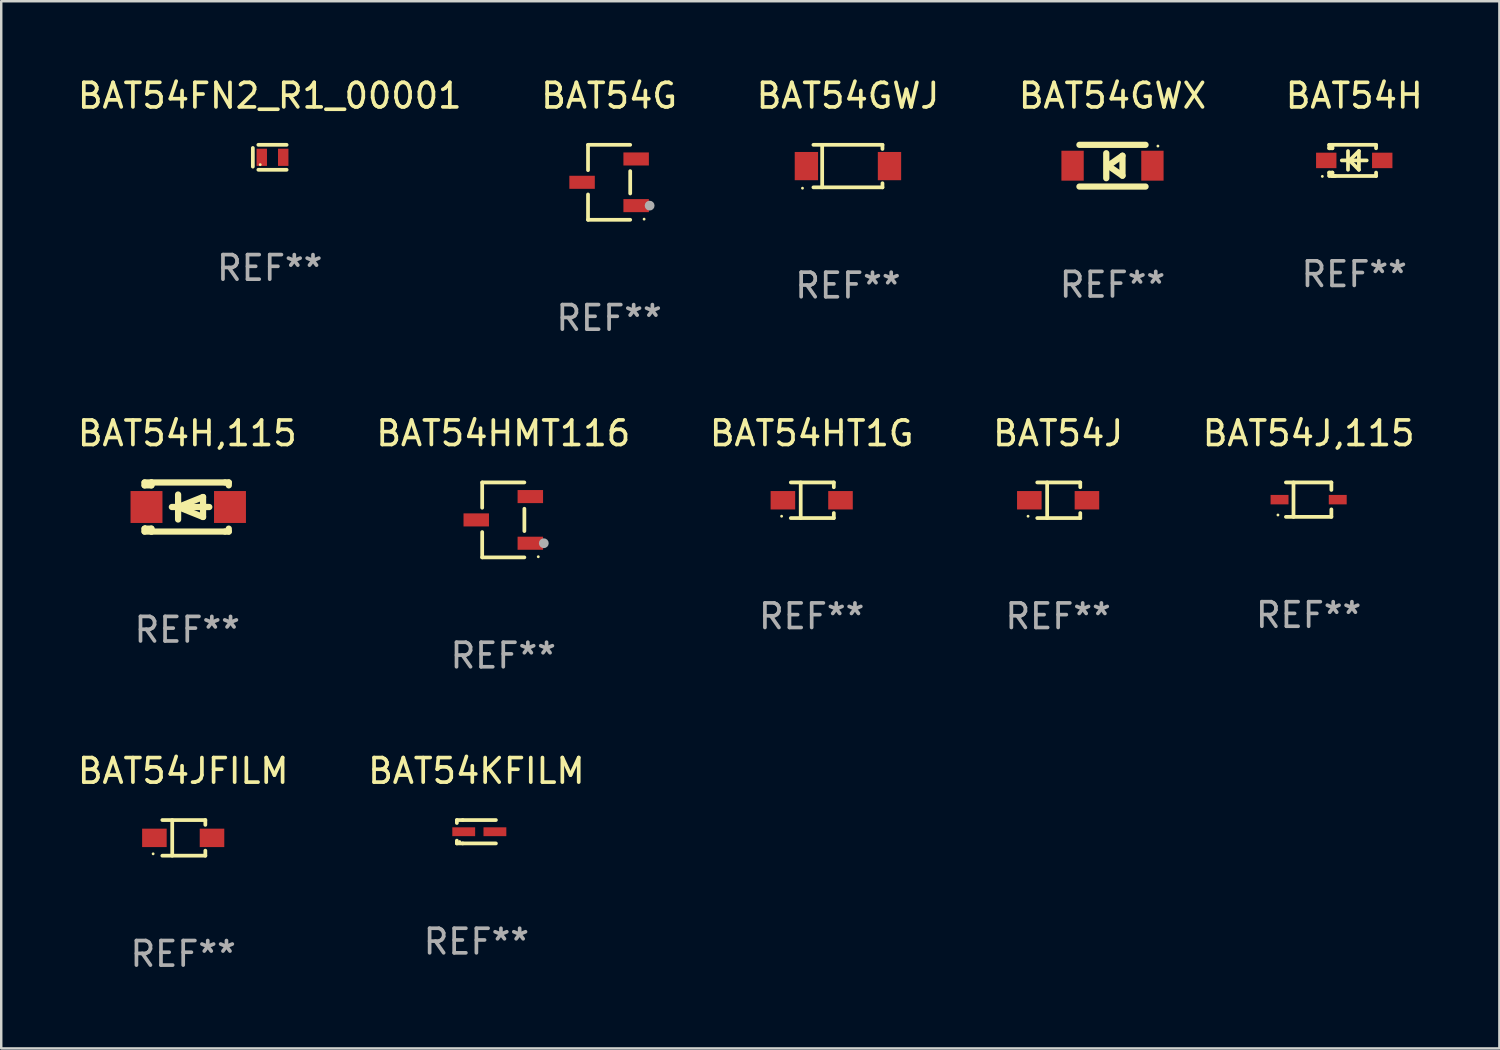
<source format=kicad_pcb>
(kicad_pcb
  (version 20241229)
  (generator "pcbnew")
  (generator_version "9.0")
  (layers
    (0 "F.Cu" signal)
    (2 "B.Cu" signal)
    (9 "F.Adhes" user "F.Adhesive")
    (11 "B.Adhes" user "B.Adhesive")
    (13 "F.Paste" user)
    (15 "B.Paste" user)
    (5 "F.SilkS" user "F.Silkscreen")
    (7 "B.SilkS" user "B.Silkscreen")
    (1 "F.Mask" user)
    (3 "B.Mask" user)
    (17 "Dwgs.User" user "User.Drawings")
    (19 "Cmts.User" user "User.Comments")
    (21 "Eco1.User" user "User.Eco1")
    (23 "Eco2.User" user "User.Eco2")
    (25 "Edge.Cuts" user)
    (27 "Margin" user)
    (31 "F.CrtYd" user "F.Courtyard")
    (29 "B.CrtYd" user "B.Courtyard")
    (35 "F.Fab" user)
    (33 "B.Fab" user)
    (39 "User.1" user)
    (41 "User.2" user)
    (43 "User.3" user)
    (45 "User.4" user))
  (footprint "BAT54HMT116"
    (layer "F.Cu")
    (at 17.446 18.123)
    (property "Reference" "BAT54HMT116" (at 0 -3.526 0) (layer "F.SilkS") (effects (font (size 1 1) (thickness 0.15))))
    (attr through_hole)
    (fp_line (start -0.859 -1.526) (end -0.859 -0.495) (stroke (width 0.152) (type solid)) (layer "F.SilkS"))
    (fp_line (start -0.859 1.526) (end -0.859 0.495) (stroke (width 0.152) (type solid)) (layer "F.SilkS"))
    (fp_line (start 0.859 -1.526) (end -0.859 -1.526) (stroke (width 0.152) (type solid)) (layer "F.SilkS"))
    (fp_line (start 0.859 -0.455) (end 0.859 0.455) (stroke (width 0.152) (type solid)) (layer "F.SilkS"))
    (fp_line (start 0.859 1.526) (end -0.859 1.526) (stroke (width 0.152) (type solid)) (layer "F.SilkS"))
    (fp_circle (center 1.425 1.5) (end 1.455 1.5) (stroke (width 0.06) (type solid)) (fill no) (layer "F.SilkS"))
    (fp_circle (center 1.65 0.95) (end 1.75 0.95) (stroke (width 0.2) (type solid)) (fill no) (layer "F.Fab"))
    (fp_text user "REF**" (at 0 5.526 0) (layer "F.Fab") (effects (font (size 1 1) (thickness 0.15))))
    (pad "1" smd rect (at 1.101 0.95) (size 1.037 0.532) (layers "F.Cu" "F.Mask" "F.Paste"))
    (pad "2" smd rect (at 1.101 -0.95) (size 1.037 0.532) (layers "F.Cu" "F.Mask" "F.Paste"))
    (pad "3" smd rect (at -1.101 0) (size 1.037 0.532) (layers "F.Cu" "F.Mask" "F.Paste")))
  (footprint "BAT54J,115"
    (layer "F.Cu")
    (at 50.244 17.298)
    (property "Reference" "BAT54J,115" (at 0 -2.701 0) (layer "F.SilkS") (effects (font (size 1 1) (thickness 0.15))))
    (attr through_hole)
    (fp_line (start -0.926 -0.701) (end 0.926 -0.701) (stroke (width 0.152) (type solid)) (layer "F.SilkS"))
    (fp_line (start -0.926 0.701) (end 0.926 0.701) (stroke (width 0.152) (type solid)) (layer "F.SilkS"))
    (fp_line (start -0.617 -0.701) (end -0.617 0.701) (stroke (width 0.152) (type solid)) (layer "F.SilkS"))
    (fp_line (start 0.926 -0.701) (end 0.926 -0.396) (stroke (width 0.152) (type solid)) (layer "F.SilkS"))
    (fp_line (start 0.926 0.701) (end 0.926 0.396) (stroke (width 0.152) (type solid)) (layer "F.SilkS"))
    (fp_circle (center -1.25 0.625) (end -1.22 0.625) (stroke (width 0.06) (type solid)) (fill no) (layer "F.SilkS"))
    (fp_text user "REF**" (at 0 4.701 0) (layer "F.Fab") (effects (font (size 1 1) (thickness 0.15))))
    (pad "1" smd rect (at -1.185 0 180) (size 0.73 0.385) (layers "F.Cu" "F.Mask" "F.Paste"))
    (pad "2" smd rect (at 1.185 0 180) (size 0.73 0.385) (layers "F.Cu" "F.Mask" "F.Paste")))
  (footprint "BAT54JFILM"
    (layer "F.Cu")
    (at 4.411 31.072)
    (property "Reference" "BAT54JFILM" (at 0 -2.726 0) (layer "F.SilkS") (effects (font (size 1 1) (thickness 0.15))))
    (attr through_hole)
    (fp_line (start -0.851 -0.726) (end 0.901 -0.726) (stroke (width 0.152) (type solid)) (layer "F.SilkS"))
    (fp_line (start -0.851 0.726) (end 0.901 0.726) (stroke (width 0.152) (type solid)) (layer "F.SilkS"))
    (fp_line (start -0.447 -0.726) (end -0.447 0.726) (stroke (width 0.152) (type solid)) (layer "F.SilkS"))
    (fp_line (start 0.901 -0.726) (end 0.901 -0.53) (stroke (width 0.152) (type solid)) (layer "F.SilkS"))
    (fp_line (start 0.901 0.726) (end 0.901 0.52) (stroke (width 0.152) (type solid)) (layer "F.SilkS"))
    (fp_circle (center -1.225 0.65) (end -1.195 0.65) (stroke (width 0.06) (type solid)) (fill no) (layer "F.SilkS"))
    (fp_text user "REF**" (at 0 4.726 0) (layer "F.Fab") (effects (font (size 1 1) (thickness 0.15))))
    (pad "1" smd rect (at -1.173 0) (size 1 0.75) (layers "F.Cu" "F.Mask" "F.Paste"))
    (pad "2" smd rect (at 1.173 0) (size 1 0.75) (layers "F.Cu" "F.Mask" "F.Paste")))
  (footprint "BAT54J"
    (layer "F.Cu")
    (at 40.042 17.323)
    (property "Reference" "BAT54J" (at 0 -2.726 0) (layer "F.SilkS") (effects (font (size 1 1) (thickness 0.15))))
    (attr through_hole)
    (fp_line (start -0.851 -0.726) (end 0.901 -0.726) (stroke (width 0.152) (type solid)) (layer "F.SilkS"))
    (fp_line (start -0.851 0.726) (end 0.901 0.726) (stroke (width 0.152) (type solid)) (layer "F.SilkS"))
    (fp_line (start -0.447 -0.726) (end -0.447 0.726) (stroke (width 0.152) (type solid)) (layer "F.SilkS"))
    (fp_line (start 0.901 -0.726) (end 0.901 -0.53) (stroke (width 0.152) (type solid)) (layer "F.SilkS"))
    (fp_line (start 0.901 0.726) (end 0.901 0.52) (stroke (width 0.152) (type solid)) (layer "F.SilkS"))
    (fp_circle (center -1.225 0.65) (end -1.195 0.65) (stroke (width 0.06) (type solid)) (fill no) (layer "F.SilkS"))
    (fp_text user "REF**" (at 0 4.726 0) (layer "F.Fab") (effects (font (size 1 1) (thickness 0.15))))
    (pad "1" smd rect (at -1.173 0) (size 1 0.75) (layers "F.Cu" "F.Mask" "F.Paste"))
    (pad "2" smd rect (at 1.173 0) (size 1 0.75) (layers "F.Cu" "F.Mask" "F.Paste")))
  (footprint "BAT54H"
    (layer "F.Cu")
    (at 52.101 3.483)
    (property "Reference" "BAT54H" (at 0 -2.635 0) (layer "F.SilkS") (effects (font (size 1 1) (thickness 0.15))))
    (attr through_hole)
    (fp_line (start -1.02 -0.635) (end -1.02 -0.495) (stroke (width 0.152) (type solid)) (layer "F.SilkS"))
    (fp_line (start -1.02 -0.495) (end -0.889 -0.495) (stroke (width 0.152) (type solid)) (layer "F.SilkS"))
    (fp_line (start -1.02 0.495) (end -1.02 0.62) (stroke (width 0.152) (type solid)) (layer "F.SilkS"))
    (fp_line (start -1.02 0.495) (end -0.889 0.495) (stroke (width 0.152) (type solid)) (layer "F.SilkS"))
    (fp_line (start -0.889 -0.635) (end -1.02 -0.635) (stroke (width 0.152) (type solid)) (layer "F.SilkS"))
    (fp_line (start -0.889 -0.635) (end -0.889 -0.595) (stroke (width 0.152) (type solid)) (layer "F.SilkS"))
    (fp_line (start -0.889 -0.635) (end 0.889 -0.635) (stroke (width 0.152) (type solid)) (layer "F.SilkS"))
    (fp_line (start -0.889 -0.495) (end -0.889 -0.635) (stroke (width 0.152) (type solid)) (layer "F.SilkS"))
    (fp_line (start -0.889 0.595) (end -0.889 0.495) (stroke (width 0.152) (type solid)) (layer "F.SilkS"))
    (fp_line (start -0.889 0.595) (end -0.889 0.635) (stroke (width 0.152) (type solid)) (layer "F.SilkS"))
    (fp_line (start -0.889 0.635) (end 0.889 0.635) (stroke (width 0.152) (type solid)) (layer "F.SilkS"))
    (fp_line (start -0.776 0.635) (end -1.014 0.635) (stroke (width 0.152) (type solid)) (layer "F.SilkS"))
    (fp_line (start -0.254 -0.381) (end -0.254 0.381) (stroke (width 0.152) (type solid)) (layer "F.SilkS"))
    (fp_line (start -0.191 0) (end 0.19 -0.381) (stroke (width 0.152) (type solid)) (layer "F.SilkS"))
    (fp_line (start 0.19 -0.381) (end 0.19 0.381) (stroke (width 0.152) (type solid)) (layer "F.SilkS"))
    (fp_line (start 0.19 0.381) (end -0.191 0) (stroke (width 0.152) (type solid)) (layer "F.SilkS"))
    (fp_line (start 0.508 0) (end -0.508 0) (stroke (width 0.152) (type solid)) (layer "F.SilkS"))
    (fp_line (start 0.889 -0.635) (end 0.889 -0.495) (stroke (width 0.152) (type solid)) (layer "F.SilkS"))
    (fp_line (start 0.889 0.495) (end 0.889 0.635) (stroke (width 0.152) (type solid)) (layer "F.SilkS"))
    (fp_circle (center -1.3 0.65) (end -1.27 0.65) (stroke (width 0.06) (type solid)) (fill no) (layer "F.SilkS"))
    (fp_text user "REF**" (at 0 4.635 0) (layer "F.Fab") (effects (font (size 1 1) (thickness 0.15))))
    (pad "1" smd rect (at -1.14 0 90) (size 0.63 0.83) (layers "F.Cu" "F.Mask" "F.Paste"))
    (pad "2" smd rect (at 1.14 0 90) (size 0.63 0.83) (layers "F.Cu" "F.Mask" "F.Paste")))
  (footprint "BAT54GWX"
    (layer "F.Cu")
    (at 42.256 3.698)
    (property "Reference" "BAT54GWX" (at 0 -2.85 0) (layer "F.SilkS") (effects (font (size 1 1) (thickness 0.15))))
    (attr through_hole)
    (fp_line (start -1.346 -0.85) (end 1.346 -0.85) (stroke (width 0.254) (type solid)) (layer "F.SilkS"))
    (fp_line (start -0.254 -0.508) (end -0.254 0.508) (stroke (width 0.254) (type solid)) (layer "F.SilkS"))
    (fp_line (start -0.178 0) (end 0.406 -0.406) (stroke (width 0.254) (type solid)) (layer "F.SilkS"))
    (fp_line (start 0.406 -0.406) (end 0.406 0.406) (stroke (width 0.254) (type solid)) (layer "F.SilkS"))
    (fp_line (start 0.406 0.406) (end -0.178 0) (stroke (width 0.254) (type solid)) (layer "F.SilkS"))
    (fp_line (start 1.346 0.85) (end -1.346 0.85) (stroke (width 0.254) (type solid)) (layer "F.SilkS"))
    (fp_circle (center 1.85 -0.8) (end 1.88 -0.8) (stroke (width 0.06) (type solid)) (fill no) (layer "F.SilkS"))
    (fp_text user "REF**" (at 0 4.85 0) (layer "F.Fab") (effects (font (size 1 1) (thickness 0.15))))
    (pad "1" smd rect (at 1.626 0) (size 0.909 1.219) (layers "F.Cu" "F.Mask" "F.Paste"))
    (pad "2" smd rect (at -1.626 0) (size 0.909 1.219) (layers "F.Cu" "F.Mask" "F.Paste")))
  (footprint "BAT54GWJ"
    (layer "F.Cu")
    (at 31.482 3.714)
    (property "Reference" "BAT54GWJ" (at 0 -2.866 0) (layer "F.SilkS") (effects (font (size 1 1) (thickness 0.15))))
    (attr through_hole)
    (fp_line (start -1.406 -0.866) (end 1.406 -0.866) (stroke (width 0.152) (type solid)) (layer "F.SilkS"))
    (fp_line (start -1.406 0.866) (end 1.406 0.866) (stroke (width 0.152) (type solid)) (layer "F.SilkS"))
    (fp_line (start -1.049 -0.866) (end -1.049 0.866) (stroke (width 0.152) (type solid)) (layer "F.SilkS"))
    (fp_line (start 1.406 -0.866) (end 1.406 -0.698) (stroke (width 0.152) (type solid)) (layer "F.SilkS"))
    (fp_line (start 1.406 0.866) (end 1.406 0.698) (stroke (width 0.152) (type solid)) (layer "F.SilkS"))
    (fp_circle (center -1.851 0.9) (end -1.821 0.9) (stroke (width 0.06) (type solid)) (fill no) (layer "F.SilkS"))
    (fp_text user "REF**" (at 0 4.866 0) (layer "F.Fab") (effects (font (size 1 1) (thickness 0.15))))
    (pad "1" smd rect (at -1.692 0) (size 0.95 1.15) (layers "F.Cu" "F.Mask" "F.Paste"))
    (pad "2" smd rect (at 1.692 0) (size 0.95 1.15) (layers "F.Cu" "F.Mask" "F.Paste")))
  (footprint "BAT54FN2_R1_00001"
    (layer "F.Cu")
    (at 7.935 3.356)
    (property "Reference" "BAT54FN2_R1_00001" (at 0 -2.508 0) (layer "F.SilkS") (effects (font (size 1 1) (thickness 0.15))))
    (attr through_hole)
    (fp_line (start -0.688 -0.381) (end -0.688 0.381) (stroke (width 0.152) (type solid)) (layer "F.SilkS"))
    (fp_line (start -0.464 -0.508) (end 0.688 -0.508) (stroke (width 0.152) (type solid)) (layer "F.SilkS"))
    (fp_line (start -0.464 0.508) (end 0.688 0.508) (stroke (width 0.152) (type solid)) (layer "F.SilkS"))
    (fp_circle (center -0.388 0.3) (end -0.358 0.3) (stroke (width 0.06) (type solid)) (fill no) (layer "F.SilkS"))
    (fp_text user "REF**" (at 0 4.508 0) (layer "F.Fab") (effects (font (size 1 1) (thickness 0.15))))
    (pad "1" smd rect (at -0.325 0) (size 0.425 0.7) (layers "F.Cu" "F.Mask" "F.Paste"))
    (pad "2" smd rect (at 0.549 0) (size 0.425 0.7) (layers "F.Cu" "F.Mask" "F.Paste")))
  (footprint "BAT54KFILM"
    (layer "F.Cu")
    (at 16.351 30.822)
    (property "Reference" "BAT54KFILM" (at 0 -2.476 0) (layer "F.SilkS") (effects (font (size 1 1) (thickness 0.15))))
    (attr through_hole)
    (fp_line (start -0.795 -0.476) (end -0.795 -0.356) (stroke (width 0.152) (type solid)) (layer "F.SilkS"))
    (fp_line (start -0.795 0.363) (end -0.795 0.476) (stroke (width 0.152) (type solid)) (layer "F.SilkS"))
    (fp_line (start -0.795 0.476) (end -0.557 0.476) (stroke (width 0.152) (type solid)) (layer "F.SilkS"))
    (fp_line (start -0.557 -0.476) (end -0.795 -0.476) (stroke (width 0.152) (type solid)) (layer "F.SilkS"))
    (fp_line (start -0.557 -0.476) (end 0.795 -0.476) (stroke (width 0.152) (type solid)) (layer "F.SilkS"))
    (fp_line (start -0.557 0.476) (end 0.795 0.476) (stroke (width 0.152) (type solid)) (layer "F.SilkS"))
    (fp_circle (center -0.681 0.4) (end -0.651 0.4) (stroke (width 0.06) (type solid)) (fill no) (layer "F.SilkS"))
    (fp_text user "REF**" (at 0 4.476 0) (layer "F.Fab") (effects (font (size 1 1) (thickness 0.15))))
    (pad "1" smd rect (at -0.516 0 180) (size 0.93 0.36) (layers "F.Cu" "F.Mask" "F.Paste"))
    (pad "2" smd rect (at 0.754 0 180) (size 0.93 0.36) (layers "F.Cu" "F.Mask" "F.Paste")))
  (footprint "BAT54G"
    (layer "F.Cu")
    (at 21.756 4.374)
    (property "Reference" "BAT54G" (at 0 -3.526 0) (layer "F.SilkS") (effects (font (size 1 1) (thickness 0.15))))
    (attr through_hole)
    (fp_line (start -0.859 -1.526) (end -0.859 -0.495) (stroke (width 0.152) (type solid)) (layer "F.SilkS"))
    (fp_line (start -0.859 1.526) (end -0.859 0.495) (stroke (width 0.152) (type solid)) (layer "F.SilkS"))
    (fp_line (start 0.859 -1.526) (end -0.859 -1.526) (stroke (width 0.152) (type solid)) (layer "F.SilkS"))
    (fp_line (start 0.859 -0.455) (end 0.859 0.455) (stroke (width 0.152) (type solid)) (layer "F.SilkS"))
    (fp_line (start 0.859 1.526) (end -0.859 1.526) (stroke (width 0.152) (type solid)) (layer "F.SilkS"))
    (fp_circle (center 1.425 1.5) (end 1.455 1.5) (stroke (width 0.06) (type solid)) (fill no) (layer "F.SilkS"))
    (fp_circle (center 1.65 0.95) (end 1.75 0.95) (stroke (width 0.2) (type solid)) (fill no) (layer "F.Fab"))
    (fp_text user "REF**" (at 0 5.526 0) (layer "F.Fab") (effects (font (size 1 1) (thickness 0.15))))
    (pad "1" smd rect (at 1.101 0.95) (size 1.037 0.532) (layers "F.Cu" "F.Mask" "F.Paste"))
    (pad "2" smd rect (at 1.101 -0.95) (size 1.037 0.532) (layers "F.Cu" "F.Mask" "F.Paste"))
    (pad "3" smd rect (at -1.101 0) (size 1.037 0.532) (layers "F.Cu" "F.Mask" "F.Paste")))
  (footprint "BAT54H,115"
    (layer "F.Cu")
    (at 4.577 17.598)
    (property "Reference" "BAT54H,115" (at 0 -3 0) (layer "F.SilkS") (effects (font (size 1 1) (thickness 0.15))))
    (attr through_hole)
    (fp_line (start -1.739 -1) (end -1.739 -0.882) (stroke (width 0.254) (type solid)) (layer "F.SilkS"))
    (fp_line (start -1.739 1) (end -1.739 0.881) (stroke (width 0.254) (type solid)) (layer "F.SilkS"))
    (fp_line (start -1.461 -1) (end -1.739 -1) (stroke (width 0.254) (type solid)) (layer "F.SilkS"))
    (fp_line (start -1.461 -1) (end -1.461 -0.882) (stroke (width 0.254) (type solid)) (layer "F.SilkS"))
    (fp_line (start -1.461 -1) (end 1.539 -1) (stroke (width 0.254) (type solid)) (layer "F.SilkS"))
    (fp_line (start -1.461 -0.882) (end -1.739 -0.882) (stroke (width 0.254) (type solid)) (layer "F.SilkS"))
    (fp_line (start -1.461 0.881) (end -1.739 0.881) (stroke (width 0.254) (type solid)) (layer "F.SilkS"))
    (fp_line (start -1.461 0.881) (end -1.461 1) (stroke (width 0.254) (type solid)) (layer "F.SilkS"))
    (fp_line (start -1.461 1) (end -1.739 1) (stroke (width 0.254) (type solid)) (layer "F.SilkS"))
    (fp_line (start -0.628 -0.000394) (end 0.896 -0.000394) (stroke (width 0.254) (type solid)) (layer "F.SilkS"))
    (fp_line (start -0.374 -0.508) (end -0.374 0.508) (stroke (width 0.254) (type solid)) (layer "F.SilkS"))
    (fp_line (start -0.374 -0.000394) (end 0.642 -0.407) (stroke (width 0.254) (type solid)) (layer "F.SilkS"))
    (fp_line (start 0.642 -0.407) (end 0.642 0.406) (stroke (width 0.254) (type solid)) (layer "F.SilkS"))
    (fp_line (start 0.642 0.406) (end -0.374 -0.000394) (stroke (width 0.254) (type solid)) (layer "F.SilkS"))
    (fp_line (start 1.539 -1) (end 1.69 -1) (stroke (width 0.254) (type solid)) (layer "F.SilkS"))
    (fp_line (start 1.539 1) (end -1.461 1) (stroke (width 0.254) (type solid)) (layer "F.SilkS"))
    (fp_line (start 1.689 0.881) (end 1.689 1) (stroke (width 0.254) (type solid)) (layer "F.SilkS"))
    (fp_line (start 1.689 1) (end 1.539 1) (stroke (width 0.254) (type solid)) (layer "F.SilkS"))
    (fp_line (start 1.69 -1) (end 1.69 -0.882) (stroke (width 0.254) (type solid)) (layer "F.SilkS"))
    (fp_circle (center -1.711 0.8) (end -1.681 0.8) (stroke (width 0.06) (type solid)) (fill no) (layer "F.SilkS"))
    (fp_text user "REF**" (at 0 5 0) (layer "F.Fab") (effects (font (size 1 1) (thickness 0.15))))
    (pad "1" smd rect (at -1.661 -0.000394) (size 1.3 1.3) (layers "F.Cu" "F.Mask" "F.Paste"))
    (pad "2" smd rect (at 1.739 -0.000394) (size 1.3 1.3) (layers "F.Cu" "F.Mask" "F.Paste")))
  (footprint "BAT54HT1G"
    (layer "F.Cu")
    (at 30.006 17.323)
    (property "Reference" "BAT54HT1G" (at 0 -2.726 0) (layer "F.SilkS") (effects (font (size 1 1) (thickness 0.15))))
    (attr through_hole)
    (fp_line (start -0.851 -0.726) (end 0.901 -0.726) (stroke (width 0.152) (type solid)) (layer "F.SilkS"))
    (fp_line (start -0.851 0.726) (end 0.901 0.726) (stroke (width 0.152) (type solid)) (layer "F.SilkS"))
    (fp_line (start -0.447 -0.726) (end -0.447 0.726) (stroke (width 0.152) (type solid)) (layer "F.SilkS"))
    (fp_line (start 0.901 -0.726) (end 0.901 -0.53) (stroke (width 0.152) (type solid)) (layer "F.SilkS"))
    (fp_line (start 0.901 0.726) (end 0.901 0.52) (stroke (width 0.152) (type solid)) (layer "F.SilkS"))
    (fp_circle (center -1.225 0.65) (end -1.195 0.65) (stroke (width 0.06) (type solid)) (fill no) (layer "F.SilkS"))
    (fp_text user "REF**" (at 0 4.726 0) (layer "F.Fab") (effects (font (size 1 1) (thickness 0.15))))
    (pad "1" smd rect (at -1.173 0) (size 1 0.75) (layers "F.Cu" "F.Mask" "F.Paste"))
    (pad "2" smd rect (at 1.173 0) (size 1 0.75) (layers "F.Cu" "F.Mask" "F.Paste")))
  (gr_rect
    (start -3 -3)
    (end 58.012 39.647)
    (stroke (width 0.1) (type default))
    (fill no)
    (layer "Edge.Cuts")))
</source>
